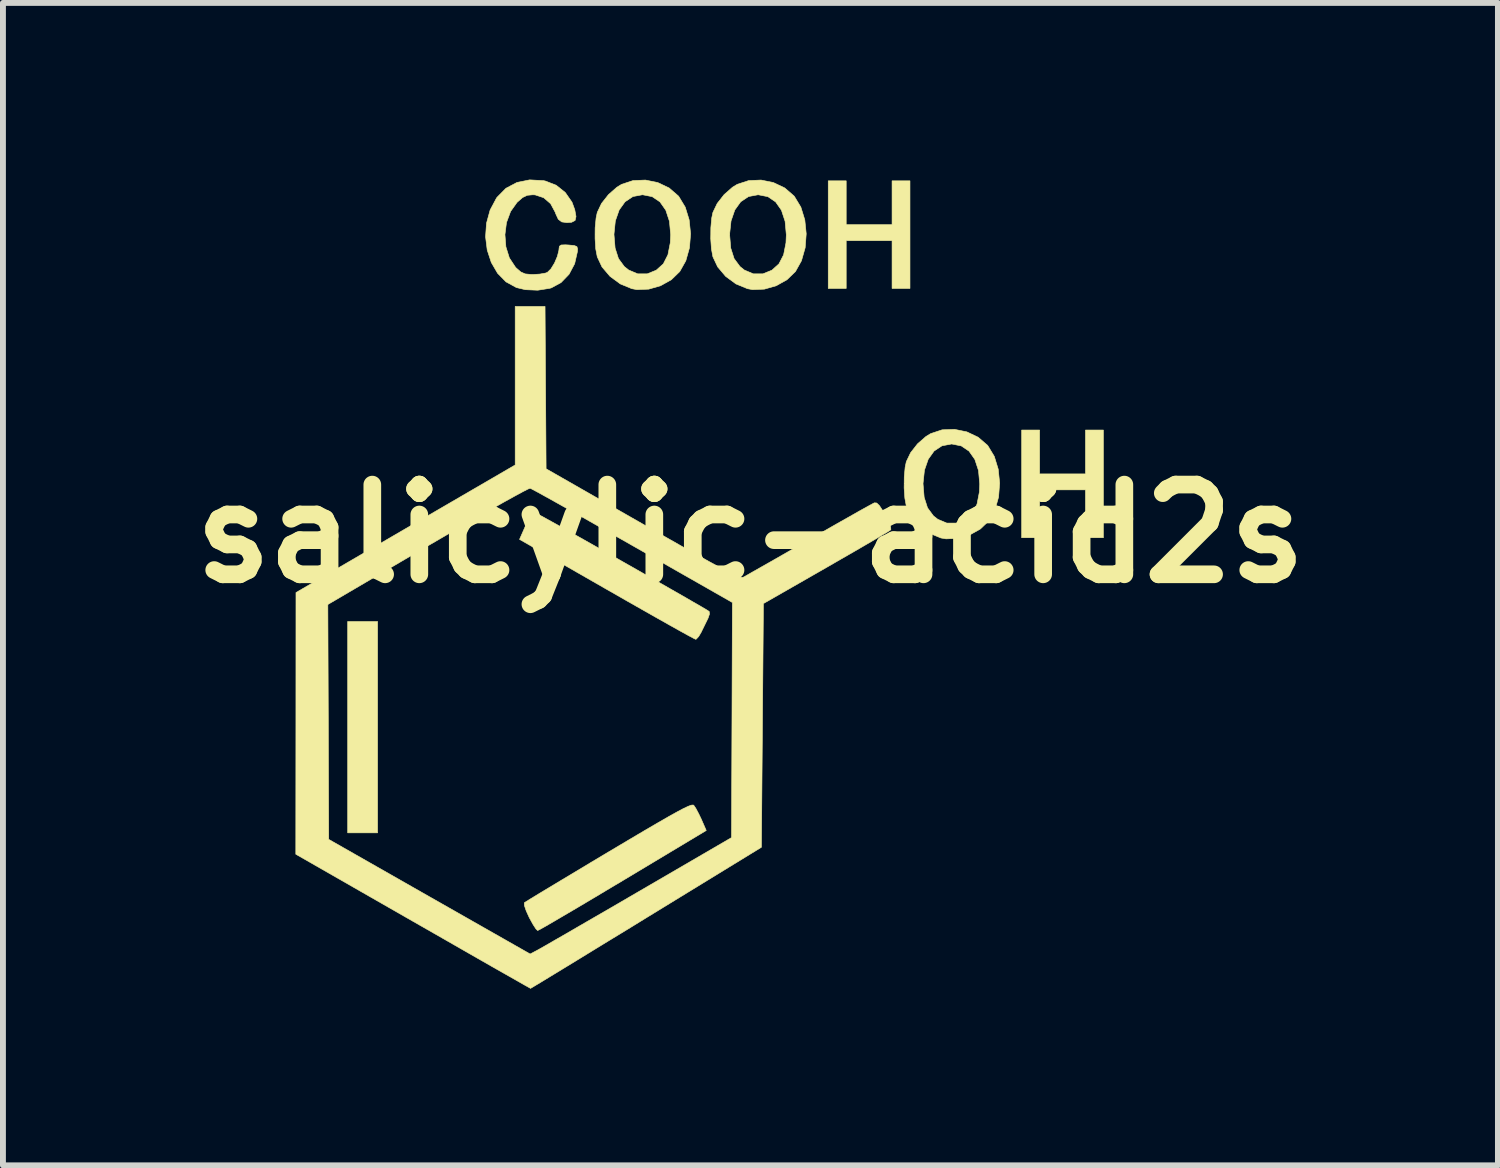
<source format=kicad_pcb>
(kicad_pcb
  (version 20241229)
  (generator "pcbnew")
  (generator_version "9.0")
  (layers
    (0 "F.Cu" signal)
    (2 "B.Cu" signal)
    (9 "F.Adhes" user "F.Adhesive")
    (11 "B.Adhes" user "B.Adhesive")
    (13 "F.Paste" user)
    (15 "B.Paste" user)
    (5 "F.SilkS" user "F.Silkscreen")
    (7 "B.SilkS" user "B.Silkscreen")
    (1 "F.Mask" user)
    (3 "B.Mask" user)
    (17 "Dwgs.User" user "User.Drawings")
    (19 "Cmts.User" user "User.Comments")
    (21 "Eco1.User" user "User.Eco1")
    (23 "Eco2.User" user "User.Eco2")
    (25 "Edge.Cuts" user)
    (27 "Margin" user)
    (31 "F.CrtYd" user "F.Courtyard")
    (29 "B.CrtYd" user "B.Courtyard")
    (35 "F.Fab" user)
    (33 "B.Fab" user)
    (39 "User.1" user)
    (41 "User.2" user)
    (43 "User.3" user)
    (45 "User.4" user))
  (footprint "salicylic-acid2s"
    (layer "F.Cu")
    (at 9.696 6.015)
    (property "Reference" "salicylic-acid2s" (at 0 0 0) (layer "F.SilkS") (effects (font (size 1.524 1.524) (thickness 0.3))))
    (attr through_hole)
    (fp_poly (pts (xy -6.333 5.08) (xy -6.841 5.08) (xy -6.841 1.49) (xy -6.333 1.49) (xy -6.333 5.08)) (stroke (width 0.01) (type solid)) (fill yes) (layer "F.SilkS"))
    (fp_poly (pts (xy 1.626 -5.249) (xy 2.405 -5.249) (xy 2.405 -5.994) (xy 2.709 -5.994) (xy 2.709 -4.166) (xy 2.405 -4.166) (xy 2.405 -4.978) (xy 1.626 -4.978) (xy 1.626 -4.166) (xy 1.321 -4.166) (xy 1.321 -5.994) (xy 1.626 -5.994) (xy 1.626 -5.249)) (stroke (width 0.01) (type solid)) (fill yes) (layer "F.SilkS"))
    (fp_poly (pts (xy 4.911 -1.016) (xy 5.69 -1.016) (xy 5.69 -1.761) (xy 5.994 -1.761) (xy 5.994 0.068) (xy 5.69 0.068) (xy 5.69 -0.745) (xy 4.911 -0.745) (xy 4.911 0.068) (xy 4.606 0.068) (xy 4.606 -1.761) (xy 4.911 -1.761) (xy 4.911 -1.016)) (stroke (width 0.01) (type solid)) (fill yes) (layer "F.SilkS"))
    (fp_poly (pts (xy -0.963 4.612) (xy -0.927 4.666) (xy -0.877 4.76) (xy -0.835 4.848) (xy -0.751 5.04) (xy -2.168 5.89) (xy -2.45 6.058) (xy -2.714 6.216) (xy -2.955 6.359) (xy -3.168 6.484) (xy -3.345 6.588) (xy -3.483 6.668) (xy -3.574 6.719) (xy -3.614 6.739) (xy -3.615 6.739) (xy -3.644 6.711) (xy -3.692 6.637) (xy -3.75 6.532) (xy -3.758 6.517) (xy -3.809 6.404) (xy -3.839 6.316) (xy -3.841 6.269) (xy -3.84 6.267) (xy -3.806 6.245) (xy -3.719 6.191) (xy -3.586 6.11) (xy -3.411 6.005) (xy -3.202 5.879) (xy -2.963 5.736) (xy -2.701 5.578) (xy -2.421 5.411) (xy -2.408 5.403) (xy -2.078 5.207) (xy -1.801 5.043) (xy -1.573 4.91) (xy -1.389 4.804) (xy -1.245 4.724) (xy -1.136 4.666) (xy -1.057 4.629) (xy -1.005 4.61) (xy -0.974 4.607) (xy -0.963 4.612)) (stroke (width 0.01) (type solid)) (fill yes) (layer "F.SilkS"))
    (fp_poly (pts (xy -3.653 -0.356) (xy -3.568 -0.31) (xy -3.437 -0.238) (xy -3.269 -0.145) (xy -3.069 -0.032) (xy -2.844 0.094) (xy -2.602 0.231) (xy -2.348 0.374) (xy -2.091 0.52) (xy -1.836 0.665) (xy -1.591 0.805) (xy -1.362 0.936) (xy -1.157 1.053) (xy -0.981 1.155) (xy -0.842 1.235) (xy -0.747 1.291) (xy -0.703 1.319) (xy -0.701 1.321) (xy -0.696 1.364) (xy -0.721 1.436) (xy -0.724 1.442) (xy -0.772 1.54) (xy -0.827 1.652) (xy -0.834 1.668) (xy -0.88 1.746) (xy -0.921 1.79) (xy -0.931 1.793) (xy -0.966 1.776) (xy -1.054 1.729) (xy -1.19 1.654) (xy -1.367 1.555) (xy -1.58 1.435) (xy -1.823 1.297) (xy -2.091 1.145) (xy -2.377 0.981) (xy -2.444 0.943) (xy -3.922 0.096) (xy -3.819 -0.138) (xy -3.766 -0.25) (xy -3.72 -0.333) (xy -3.689 -0.372) (xy -3.686 -0.373) (xy -3.653 -0.356)) (stroke (width 0.01) (type solid)) (fill yes) (layer "F.SilkS"))
    (fp_poly (pts (xy -1.574 -5.964) (xy -1.382 -5.873) (xy -1.225 -5.737) (xy -1.218 -5.729) (xy -1.108 -5.547) (xy -1.041 -5.33) (xy -1.017 -5.094) (xy -1.036 -4.857) (xy -1.098 -4.636) (xy -1.201 -4.453) (xy -1.344 -4.314) (xy -1.527 -4.212) (xy -1.728 -4.154) (xy -1.928 -4.146) (xy -2.015 -4.162) (xy -2.211 -4.243) (xy -2.385 -4.371) (xy -2.522 -4.532) (xy -2.602 -4.703) (xy -2.628 -4.838) (xy -2.639 -5.012) (xy -2.639 -5.08) (xy -2.318 -5.08) (xy -2.299 -4.851) (xy -2.242 -4.673) (xy -2.143 -4.538) (xy -2.069 -4.479) (xy -1.915 -4.414) (xy -1.753 -4.414) (xy -1.6 -4.476) (xy -1.48 -4.584) (xy -1.402 -4.737) (xy -1.362 -4.94) (xy -1.355 -5.078) (xy -1.376 -5.307) (xy -1.438 -5.495) (xy -1.537 -5.636) (xy -1.669 -5.725) (xy -1.831 -5.757) (xy -1.836 -5.757) (xy -1.997 -5.727) (xy -2.13 -5.638) (xy -2.23 -5.499) (xy -2.295 -5.313) (xy -2.318 -5.089) (xy -2.318 -5.08) (xy -2.639 -5.08) (xy -2.638 -5.196) (xy -2.622 -5.362) (xy -2.602 -5.457) (xy -2.53 -5.609) (xy -2.412 -5.759) (xy -2.269 -5.885) (xy -2.189 -5.934) (xy -1.995 -5.998) (xy -1.784 -6.007) (xy -1.574 -5.964)) (stroke (width 0.01) (type solid)) (fill yes) (layer "F.SilkS"))
    (fp_poly (pts (xy 0.39 -5.964) (xy 0.582 -5.873) (xy 0.739 -5.737) (xy 0.746 -5.729) (xy 0.856 -5.547) (xy 0.923 -5.33) (xy 0.947 -5.094) (xy 0.929 -4.857) (xy 0.866 -4.636) (xy 0.764 -4.453) (xy 0.62 -4.314) (xy 0.438 -4.212) (xy 0.236 -4.154) (xy 0.036 -4.146) (xy -0.051 -4.162) (xy -0.247 -4.243) (xy -0.421 -4.371) (xy -0.557 -4.532) (xy -0.638 -4.703) (xy -0.663 -4.838) (xy -0.675 -5.012) (xy -0.674 -5.08) (xy -0.354 -5.08) (xy -0.335 -4.851) (xy -0.278 -4.673) (xy -0.178 -4.538) (xy -0.105 -4.479) (xy 0.049 -4.414) (xy 0.211 -4.414) (xy 0.364 -4.476) (xy 0.484 -4.584) (xy 0.563 -4.737) (xy 0.603 -4.94) (xy 0.609 -5.078) (xy 0.588 -5.307) (xy 0.526 -5.495) (xy 0.427 -5.636) (xy 0.295 -5.725) (xy 0.133 -5.757) (xy 0.128 -5.757) (xy -0.033 -5.727) (xy -0.166 -5.638) (xy -0.266 -5.499) (xy -0.33 -5.313) (xy -0.354 -5.089) (xy -0.354 -5.08) (xy -0.674 -5.08) (xy -0.673 -5.196) (xy -0.658 -5.362) (xy -0.638 -5.457) (xy -0.565 -5.609) (xy -0.448 -5.759) (xy -0.305 -5.885) (xy -0.225 -5.934) (xy -0.03 -5.998) (xy 0.18 -6.007) (xy 0.39 -5.964)) (stroke (width 0.01) (type solid)) (fill yes) (layer "F.SilkS"))
    (fp_poly (pts (xy 3.675 -1.73) (xy 3.867 -1.639) (xy 4.025 -1.503) (xy 4.031 -1.496) (xy 4.141 -1.314) (xy 4.208 -1.096) (xy 4.232 -0.86) (xy 4.214 -0.624) (xy 4.152 -0.403) (xy 4.049 -0.219) (xy 3.905 -0.081) (xy 3.723 0.021) (xy 3.521 0.079) (xy 3.321 0.087) (xy 3.234 0.072) (xy 3.038 -0.009) (xy 2.864 -0.137) (xy 2.728 -0.299) (xy 2.647 -0.469) (xy 2.622 -0.605) (xy 2.61 -0.778) (xy 2.611 -0.847) (xy 2.931 -0.847) (xy 2.95 -0.618) (xy 3.007 -0.44) (xy 3.107 -0.304) (xy 3.18 -0.246) (xy 3.334 -0.181) (xy 3.496 -0.181) (xy 3.649 -0.242) (xy 3.769 -0.35) (xy 3.848 -0.503) (xy 3.888 -0.707) (xy 3.894 -0.844) (xy 3.873 -1.074) (xy 3.811 -1.262) (xy 3.712 -1.403) (xy 3.58 -1.492) (xy 3.418 -1.524) (xy 3.413 -1.524) (xy 3.252 -1.493) (xy 3.119 -1.405) (xy 3.019 -1.265) (xy 2.955 -1.08) (xy 2.931 -0.855) (xy 2.931 -0.847) (xy 2.611 -0.847) (xy 2.612 -0.963) (xy 2.627 -1.129) (xy 2.647 -1.224) (xy 2.72 -1.376) (xy 2.837 -1.526) (xy 2.98 -1.651) (xy 3.06 -1.7) (xy 3.255 -1.765) (xy 3.465 -1.773) (xy 3.675 -1.73)) (stroke (width 0.01) (type solid)) (fill yes) (layer "F.SilkS"))
    (fp_poly (pts (xy -3.514 -5.997) (xy -3.482 -5.99) (xy -3.3 -5.919) (xy -3.145 -5.795) (xy -3.031 -5.631) (xy -2.984 -5.503) (xy -2.963 -5.387) (xy -2.979 -5.32) (xy -3.038 -5.29) (xy -3.116 -5.284) (xy -3.205 -5.296) (xy -3.264 -5.341) (xy -3.308 -5.436) (xy -3.316 -5.46) (xy -3.394 -5.605) (xy -3.512 -5.707) (xy -3.657 -5.755) (xy -3.698 -5.757) (xy -3.793 -5.748) (xy -3.871 -5.71) (xy -3.961 -5.631) (xy -3.963 -5.63) (xy -4.074 -5.474) (xy -4.144 -5.285) (xy -4.17 -5.08) (xy -4.154 -4.873) (xy -4.095 -4.684) (xy -3.992 -4.528) (xy -3.979 -4.514) (xy -3.901 -4.446) (xy -3.826 -4.413) (xy -3.723 -4.403) (xy -3.693 -4.403) (xy -3.577 -4.41) (xy -3.481 -4.427) (xy -3.449 -4.439) (xy -3.389 -4.498) (xy -3.328 -4.597) (xy -3.279 -4.712) (xy -3.253 -4.817) (xy -3.252 -4.836) (xy -3.245 -4.883) (xy -3.215 -4.904) (xy -3.144 -4.907) (xy -3.09 -4.904) (xy -2.994 -4.895) (xy -2.948 -4.877) (xy -2.936 -4.837) (xy -2.939 -4.792) (xy -2.986 -4.586) (xy -3.081 -4.407) (xy -3.217 -4.266) (xy -3.382 -4.176) (xy -3.411 -4.168) (xy -3.613 -4.136) (xy -3.823 -4.145) (xy -3.975 -4.181) (xy -4.152 -4.278) (xy -4.295 -4.424) (xy -4.402 -4.608) (xy -4.471 -4.818) (xy -4.499 -5.044) (xy -4.483 -5.274) (xy -4.422 -5.497) (xy -4.313 -5.702) (xy -4.302 -5.716) (xy -4.153 -5.867) (xy -3.966 -5.966) (xy -3.75 -6.01) (xy -3.514 -5.997)) (stroke (width 0.01) (type solid)) (fill yes) (layer "F.SilkS"))
    (fp_poly (pts (xy -3.471 -1.103) (xy -1.83 -0.165) (xy -1.471 0.04) (xy -1.167 0.213) (xy -0.912 0.356) (xy -0.702 0.473) (xy -0.533 0.565) (xy -0.4 0.635) (xy -0.298 0.686) (xy -0.224 0.718) (xy -0.172 0.736) (xy -0.138 0.741) (xy -0.119 0.737) (xy -0.075 0.713) (xy 0.021 0.658) (xy 0.162 0.578) (xy 0.34 0.477) (xy 0.548 0.358) (xy 0.778 0.226) (xy 0.999 0.099) (xy 1.244 -0.041) (xy 1.471 -0.171) (xy 1.675 -0.286) (xy 1.847 -0.384) (xy 1.981 -0.458) (xy 2.07 -0.507) (xy 2.105 -0.525) (xy 2.144 -0.522) (xy 2.19 -0.478) (xy 2.251 -0.385) (xy 2.287 -0.322) (xy 2.347 -0.204) (xy 2.381 -0.115) (xy 2.384 -0.068) (xy 2.383 -0.067) (xy 2.348 -0.043) (xy 2.26 0.009) (xy 2.128 0.088) (xy 1.957 0.188) (xy 1.754 0.306) (xy 1.526 0.437) (xy 1.287 0.575) (xy 0.22 1.186) (xy 0.203 3.256) (xy 0.186 5.325) (xy -1.77 6.523) (xy -2.1 6.726) (xy -2.414 6.917) (xy -2.705 7.095) (xy -2.969 7.257) (xy -3.202 7.399) (xy -3.399 7.519) (xy -3.555 7.614) (xy -3.665 7.68) (xy -3.725 7.716) (xy -3.735 7.722) (xy -3.765 7.705) (xy -3.849 7.658) (xy -3.982 7.582) (xy -4.16 7.481) (xy -4.377 7.358) (xy -4.629 7.214) (xy -4.91 7.053) (xy -5.217 6.877) (xy -5.544 6.69) (xy -5.733 6.582) (xy -7.722 5.443) (xy -7.72 3.221) (xy -7.719 1.202) (xy -7.178 1.202) (xy -7.17 3.197) (xy -7.163 5.191) (xy -5.453 6.165) (xy -3.742 7.138) (xy -3.624 7.076) (xy -3.572 7.047) (xy -3.468 6.988) (xy -3.318 6.901) (xy -3.126 6.791) (xy -2.899 6.659) (xy -2.643 6.511) (xy -2.363 6.349) (xy -2.066 6.176) (xy -1.913 6.087) (xy -0.322 5.161) (xy -0.314 3.165) (xy -0.307 1.168) (xy -2 0.203) (xy -2.312 0.026) (xy -2.606 -0.141) (xy -2.878 -0.295) (xy -3.123 -0.432) (xy -3.335 -0.551) (xy -3.508 -0.647) (xy -3.637 -0.718) (xy -3.718 -0.761) (xy -3.743 -0.773) (xy -3.78 -0.758) (xy -3.87 -0.712) (xy -4.008 -0.637) (xy -4.189 -0.537) (xy -4.406 -0.414) (xy -4.655 -0.272) (xy -4.931 -0.113) (xy -5.227 0.059) (xy -5.485 0.209) (xy -7.178 1.202) (xy -7.719 1.202) (xy -7.719 0.999) (xy -5.858 -0.085) (xy -3.996 -1.168) (xy -3.996 -3.861) (xy -3.489 -3.861) (xy -3.471 -1.103)) (stroke (width 0.01) (type solid)) (fill yes) (layer "F.SilkS")))
  (gr_rect
    (start -3 -3)
    (end 22.391 16.742)
    (stroke (width 0.1) (type default))
    (fill no)
    (layer "Edge.Cuts")))
</source>
